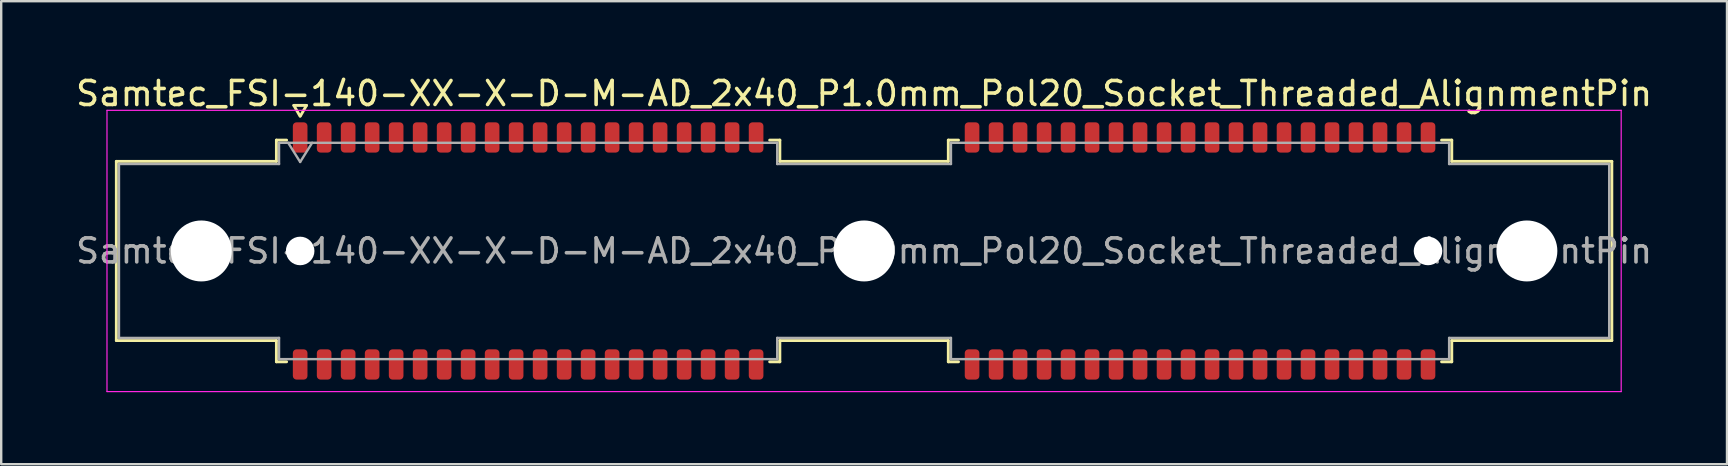
<source format=kicad_pcb>
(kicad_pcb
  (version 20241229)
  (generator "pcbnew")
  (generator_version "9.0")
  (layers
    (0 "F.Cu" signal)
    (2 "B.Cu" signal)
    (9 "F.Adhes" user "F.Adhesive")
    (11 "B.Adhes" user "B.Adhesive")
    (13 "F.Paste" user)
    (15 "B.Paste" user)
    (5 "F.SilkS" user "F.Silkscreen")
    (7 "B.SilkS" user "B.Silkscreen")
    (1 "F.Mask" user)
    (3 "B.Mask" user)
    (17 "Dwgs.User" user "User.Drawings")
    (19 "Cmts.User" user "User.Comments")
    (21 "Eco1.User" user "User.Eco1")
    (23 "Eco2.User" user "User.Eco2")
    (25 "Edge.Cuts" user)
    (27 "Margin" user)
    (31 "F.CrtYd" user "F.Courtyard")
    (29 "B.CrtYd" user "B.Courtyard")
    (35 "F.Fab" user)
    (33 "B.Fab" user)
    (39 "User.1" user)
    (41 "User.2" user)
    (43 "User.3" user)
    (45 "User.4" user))
  (footprint "Samtec_FSI-140-XX-X-D-M-AD_2x40_P1.0mm_Pol20_Socket_Threaded_AlignmentPin"
    (layer "F.Cu")
    (at 32.958 7.408)
    (property "Reference" "Samtec_FSI-140-XX-X-D-M-AD_2x40_P1.0mm_Pol20_Socket_Threaded_AlignmentPin" (at 0 -6.56 0) (layer "F.SilkS") (effects (font (size 1 1) (thickness 0.15))))
    (attr smd)
    (fp_line (start -31.16 -3.733) (end -24.49 -3.733) (stroke (width 0.12) (type solid)) (layer "F.SilkS"))
    (fp_line (start -31.16 3.733) (end -31.16 -3.733) (stroke (width 0.12) (type solid)) (layer "F.SilkS"))
    (fp_line (start -24.49 -4.619) (end -24.065 -4.619) (stroke (width 0.12) (type solid)) (layer "F.SilkS"))
    (fp_line (start -24.49 -3.733) (end -24.49 -4.619) (stroke (width 0.12) (type solid)) (layer "F.SilkS"))
    (fp_line (start -24.49 3.733) (end -31.16 3.733) (stroke (width 0.12) (type solid)) (layer "F.SilkS"))
    (fp_line (start -24.49 4.619) (end -24.49 3.733) (stroke (width 0.12) (type solid)) (layer "F.SilkS"))
    (fp_line (start -24.065 4.619) (end -24.49 4.619) (stroke (width 0.12) (type solid)) (layer "F.SilkS"))
    (fp_line (start -23.764 -6.066) (end -23.507 -5.62) (stroke (width 0.12) (type solid)) (layer "F.SilkS"))
    (fp_line (start -23.493 -5.62) (end -23.236 -6.066) (stroke (width 0.12) (type solid)) (layer "F.SilkS"))
    (fp_line (start -23.236 -6.066) (end -23.764 -6.066) (stroke (width 0.12) (type solid)) (layer "F.SilkS"))
    (fp_line (start -3.935 -4.619) (end -3.51 -4.619) (stroke (width 0.12) (type solid)) (layer "F.SilkS"))
    (fp_line (start -3.51 -4.619) (end -3.51 -3.733) (stroke (width 0.12) (type solid)) (layer "F.SilkS"))
    (fp_line (start -3.51 -3.733) (end 3.51 -3.733) (stroke (width 0.12) (type solid)) (layer "F.SilkS"))
    (fp_line (start -3.51 3.733) (end -3.51 4.619) (stroke (width 0.12) (type solid)) (layer "F.SilkS"))
    (fp_line (start -3.51 4.619) (end -3.935 4.619) (stroke (width 0.12) (type solid)) (layer "F.SilkS"))
    (fp_line (start 3.51 -4.619) (end 3.935 -4.619) (stroke (width 0.12) (type solid)) (layer "F.SilkS"))
    (fp_line (start 3.51 -3.733) (end 3.51 -4.619) (stroke (width 0.12) (type solid)) (layer "F.SilkS"))
    (fp_line (start 3.51 3.733) (end -3.51 3.733) (stroke (width 0.12) (type solid)) (layer "F.SilkS"))
    (fp_line (start 3.51 4.619) (end 3.51 3.733) (stroke (width 0.12) (type solid)) (layer "F.SilkS"))
    (fp_line (start 3.935 4.619) (end 3.51 4.619) (stroke (width 0.12) (type solid)) (layer "F.SilkS"))
    (fp_line (start 24.065 -4.619) (end 24.49 -4.619) (stroke (width 0.12) (type solid)) (layer "F.SilkS"))
    (fp_line (start 24.49 -4.619) (end 24.49 -3.733) (stroke (width 0.12) (type solid)) (layer "F.SilkS"))
    (fp_line (start 24.49 -3.733) (end 31.16 -3.733) (stroke (width 0.12) (type solid)) (layer "F.SilkS"))
    (fp_line (start 24.49 3.733) (end 24.49 4.619) (stroke (width 0.12) (type solid)) (layer "F.SilkS"))
    (fp_line (start 24.49 4.619) (end 24.065 4.619) (stroke (width 0.12) (type solid)) (layer "F.SilkS"))
    (fp_line (start 31.16 -3.733) (end 31.16 3.733) (stroke (width 0.12) (type solid)) (layer "F.SilkS"))
    (fp_line (start 31.16 3.733) (end 24.49 3.733) (stroke (width 0.12) (type solid)) (layer "F.SilkS"))
    (fp_line (start -31.55 -5.86) (end -31.55 5.86) (stroke (width 0.05) (type solid)) (layer "F.CrtYd"))
    (fp_line (start -31.55 5.86) (end 31.55 5.86) (stroke (width 0.05) (type solid)) (layer "F.CrtYd"))
    (fp_line (start 31.55 -5.86) (end -31.55 -5.86) (stroke (width 0.05) (type solid)) (layer "F.CrtYd"))
    (fp_line (start 31.55 5.86) (end 31.55 -5.86) (stroke (width 0.05) (type solid)) (layer "F.CrtYd"))
    (fp_line (start -31.05 -3.623) (end -24.38 -3.623) (stroke (width 0.1) (type solid)) (layer "F.Fab"))
    (fp_line (start -31.05 3.623) (end -31.05 -3.623) (stroke (width 0.1) (type solid)) (layer "F.Fab"))
    (fp_line (start -24.38 -4.508) (end -3.62 -4.508) (stroke (width 0.1) (type solid)) (layer "F.Fab"))
    (fp_line (start -24.38 -3.623) (end -24.38 -4.508) (stroke (width 0.1) (type solid)) (layer "F.Fab"))
    (fp_line (start -24.38 3.623) (end -31.05 3.623) (stroke (width 0.1) (type solid)) (layer "F.Fab"))
    (fp_line (start -24.38 4.508) (end -24.38 3.623) (stroke (width 0.1) (type solid)) (layer "F.Fab"))
    (fp_line (start -24 -4.508) (end -23.5 -3.708) (stroke (width 0.1) (type solid)) (layer "F.Fab"))
    (fp_line (start -23.5 -3.708) (end -23 -4.508) (stroke (width 0.1) (type solid)) (layer "F.Fab"))
    (fp_line (start -3.62 -4.508) (end -3.62 -3.623) (stroke (width 0.1) (type solid)) (layer "F.Fab"))
    (fp_line (start -3.62 -3.623) (end 3.62 -3.623) (stroke (width 0.1) (type solid)) (layer "F.Fab"))
    (fp_line (start -3.62 3.623) (end -3.62 4.508) (stroke (width 0.1) (type solid)) (layer "F.Fab"))
    (fp_line (start -3.62 4.508) (end -24.38 4.508) (stroke (width 0.1) (type solid)) (layer "F.Fab"))
    (fp_line (start 3.62 -4.508) (end 24.38 -4.508) (stroke (width 0.1) (type solid)) (layer "F.Fab"))
    (fp_line (start 3.62 -3.623) (end 3.62 -4.508) (stroke (width 0.1) (type solid)) (layer "F.Fab"))
    (fp_line (start 3.62 3.623) (end -3.62 3.623) (stroke (width 0.1) (type solid)) (layer "F.Fab"))
    (fp_line (start 3.62 4.508) (end 3.62 3.623) (stroke (width 0.1) (type solid)) (layer "F.Fab"))
    (fp_line (start 24.38 -4.508) (end 24.38 -3.623) (stroke (width 0.1) (type solid)) (layer "F.Fab"))
    (fp_line (start 24.38 -3.623) (end 31.05 -3.623) (stroke (width 0.1) (type solid)) (layer "F.Fab"))
    (fp_line (start 24.38 3.623) (end 24.38 4.508) (stroke (width 0.1) (type solid)) (layer "F.Fab"))
    (fp_line (start 24.38 4.508) (end 3.62 4.508) (stroke (width 0.1) (type solid)) (layer "F.Fab"))
    (fp_line (start 31.05 -3.623) (end 31.05 3.623) (stroke (width 0.1) (type solid)) (layer "F.Fab"))
    (fp_line (start 31.05 3.623) (end 24.38 3.623) (stroke (width 0.1) (type solid)) (layer "F.Fab"))
    (fp_text user "${REFERENCE}" (at 0 0 0) (layer "F.Fab") (effects (font (size 1 1) (thickness 0.15))))
    (pad "" np_thru_hole circle (at -27.62 0) (size 2.54 2.54) (drill 2.54) (layers "*.Cu" "*.Mask"))
    (pad "" np_thru_hole circle (at -23.5 0) (size 1.19 1.19) (drill 1.19) (layers "*.Cu" "*.Mask"))
    (pad "" np_thru_hole circle (at 0 0) (size 2.54 2.54) (drill 2.54) (layers "*.Cu" "*.Mask"))
    (pad "" np_thru_hole circle (at 23.5 0) (size 1.19 1.19) (drill 1.19) (layers "*.Cu" "*.Mask"))
    (pad "" np_thru_hole circle (at 27.62 0) (size 2.54 2.54) (drill 2.54) (layers "*.Cu" "*.Mask"))
    (pad "1" smd roundrect (at -23.5 -4.73) (size 0.61 1.26) (layers "F.Cu" "F.Mask" "F.Paste") (roundrect_rratio 0.25))
    (pad "2" smd roundrect (at -23.5 4.73) (size 0.61 1.26) (layers "F.Cu" "F.Mask" "F.Paste") (roundrect_rratio 0.25))
    (pad "3" smd roundrect (at -22.5 -4.73) (size 0.61 1.26) (layers "F.Cu" "F.Mask" "F.Paste") (roundrect_rratio 0.25))
    (pad "4" smd roundrect (at -22.5 4.73) (size 0.61 1.26) (layers "F.Cu" "F.Mask" "F.Paste") (roundrect_rratio 0.25))
    (pad "5" smd roundrect (at -21.5 -4.73) (size 0.61 1.26) (layers "F.Cu" "F.Mask" "F.Paste") (roundrect_rratio 0.25))
    (pad "6" smd roundrect (at -21.5 4.73) (size 0.61 1.26) (layers "F.Cu" "F.Mask" "F.Paste") (roundrect_rratio 0.25))
    (pad "7" smd roundrect (at -20.5 -4.73) (size 0.61 1.26) (layers "F.Cu" "F.Mask" "F.Paste") (roundrect_rratio 0.25))
    (pad "8" smd roundrect (at -20.5 4.73) (size 0.61 1.26) (layers "F.Cu" "F.Mask" "F.Paste") (roundrect_rratio 0.25))
    (pad "9" smd roundrect (at -19.5 -4.73) (size 0.61 1.26) (layers "F.Cu" "F.Mask" "F.Paste") (roundrect_rratio 0.25))
    (pad "10" smd roundrect (at -19.5 4.73) (size 0.61 1.26) (layers "F.Cu" "F.Mask" "F.Paste") (roundrect_rratio 0.25))
    (pad "11" smd roundrect (at -18.5 -4.73) (size 0.61 1.26) (layers "F.Cu" "F.Mask" "F.Paste") (roundrect_rratio 0.25))
    (pad "12" smd roundrect (at -18.5 4.73) (size 0.61 1.26) (layers "F.Cu" "F.Mask" "F.Paste") (roundrect_rratio 0.25))
    (pad "13" smd roundrect (at -17.5 -4.73) (size 0.61 1.26) (layers "F.Cu" "F.Mask" "F.Paste") (roundrect_rratio 0.25))
    (pad "14" smd roundrect (at -17.5 4.73) (size 0.61 1.26) (layers "F.Cu" "F.Mask" "F.Paste") (roundrect_rratio 0.25))
    (pad "15" smd roundrect (at -16.5 -4.73) (size 0.61 1.26) (layers "F.Cu" "F.Mask" "F.Paste") (roundrect_rratio 0.25))
    (pad "16" smd roundrect (at -16.5 4.73) (size 0.61 1.26) (layers "F.Cu" "F.Mask" "F.Paste") (roundrect_rratio 0.25))
    (pad "17" smd roundrect (at -15.5 -4.73) (size 0.61 1.26) (layers "F.Cu" "F.Mask" "F.Paste") (roundrect_rratio 0.25))
    (pad "18" smd roundrect (at -15.5 4.73) (size 0.61 1.26) (layers "F.Cu" "F.Mask" "F.Paste") (roundrect_rratio 0.25))
    (pad "19" smd roundrect (at -14.5 -4.73) (size 0.61 1.26) (layers "F.Cu" "F.Mask" "F.Paste") (roundrect_rratio 0.25))
    (pad "20" smd roundrect (at -14.5 4.73) (size 0.61 1.26) (layers "F.Cu" "F.Mask" "F.Paste") (roundrect_rratio 0.25))
    (pad "21" smd roundrect (at -13.5 -4.73) (size 0.61 1.26) (layers "F.Cu" "F.Mask" "F.Paste") (roundrect_rratio 0.25))
    (pad "22" smd roundrect (at -13.5 4.73) (size 0.61 1.26) (layers "F.Cu" "F.Mask" "F.Paste") (roundrect_rratio 0.25))
    (pad "23" smd roundrect (at -12.5 -4.73) (size 0.61 1.26) (layers "F.Cu" "F.Mask" "F.Paste") (roundrect_rratio 0.25))
    (pad "24" smd roundrect (at -12.5 4.73) (size 0.61 1.26) (layers "F.Cu" "F.Mask" "F.Paste") (roundrect_rratio 0.25))
    (pad "25" smd roundrect (at -11.5 -4.73) (size 0.61 1.26) (layers "F.Cu" "F.Mask" "F.Paste") (roundrect_rratio 0.25))
    (pad "26" smd roundrect (at -11.5 4.73) (size 0.61 1.26) (layers "F.Cu" "F.Mask" "F.Paste") (roundrect_rratio 0.25))
    (pad "27" smd roundrect (at -10.5 -4.73) (size 0.61 1.26) (layers "F.Cu" "F.Mask" "F.Paste") (roundrect_rratio 0.25))
    (pad "28" smd roundrect (at -10.5 4.73) (size 0.61 1.26) (layers "F.Cu" "F.Mask" "F.Paste") (roundrect_rratio 0.25))
    (pad "29" smd roundrect (at -9.5 -4.73) (size 0.61 1.26) (layers "F.Cu" "F.Mask" "F.Paste") (roundrect_rratio 0.25))
    (pad "30" smd roundrect (at -9.5 4.73) (size 0.61 1.26) (layers "F.Cu" "F.Mask" "F.Paste") (roundrect_rratio 0.25))
    (pad "31" smd roundrect (at -8.5 -4.73) (size 0.61 1.26) (layers "F.Cu" "F.Mask" "F.Paste") (roundrect_rratio 0.25))
    (pad "32" smd roundrect (at -8.5 4.73) (size 0.61 1.26) (layers "F.Cu" "F.Mask" "F.Paste") (roundrect_rratio 0.25))
    (pad "33" smd roundrect (at -7.5 -4.73) (size 0.61 1.26) (layers "F.Cu" "F.Mask" "F.Paste") (roundrect_rratio 0.25))
    (pad "34" smd roundrect (at -7.5 4.73) (size 0.61 1.26) (layers "F.Cu" "F.Mask" "F.Paste") (roundrect_rratio 0.25))
    (pad "35" smd roundrect (at -6.5 -4.73) (size 0.61 1.26) (layers "F.Cu" "F.Mask" "F.Paste") (roundrect_rratio 0.25))
    (pad "36" smd roundrect (at -6.5 4.73) (size 0.61 1.26) (layers "F.Cu" "F.Mask" "F.Paste") (roundrect_rratio 0.25))
    (pad "37" smd roundrect (at -5.5 -4.73) (size 0.61 1.26) (layers "F.Cu" "F.Mask" "F.Paste") (roundrect_rratio 0.25))
    (pad "38" smd roundrect (at -5.5 4.73) (size 0.61 1.26) (layers "F.Cu" "F.Mask" "F.Paste") (roundrect_rratio 0.25))
    (pad "39" smd roundrect (at -4.5 -4.73) (size 0.61 1.26) (layers "F.Cu" "F.Mask" "F.Paste") (roundrect_rratio 0.25))
    (pad "40" smd roundrect (at -4.5 4.73) (size 0.61 1.26) (layers "F.Cu" "F.Mask" "F.Paste") (roundrect_rratio 0.25))
    (pad "41" smd roundrect (at 4.5 -4.73) (size 0.61 1.26) (layers "F.Cu" "F.Mask" "F.Paste") (roundrect_rratio 0.25))
    (pad "42" smd roundrect (at 4.5 4.73) (size 0.61 1.26) (layers "F.Cu" "F.Mask" "F.Paste") (roundrect_rratio 0.25))
    (pad "43" smd roundrect (at 5.5 -4.73) (size 0.61 1.26) (layers "F.Cu" "F.Mask" "F.Paste") (roundrect_rratio 0.25))
    (pad "44" smd roundrect (at 5.5 4.73) (size 0.61 1.26) (layers "F.Cu" "F.Mask" "F.Paste") (roundrect_rratio 0.25))
    (pad "45" smd roundrect (at 6.5 -4.73) (size 0.61 1.26) (layers "F.Cu" "F.Mask" "F.Paste") (roundrect_rratio 0.25))
    (pad "46" smd roundrect (at 6.5 4.73) (size 0.61 1.26) (layers "F.Cu" "F.Mask" "F.Paste") (roundrect_rratio 0.25))
    (pad "47" smd roundrect (at 7.5 -4.73) (size 0.61 1.26) (layers "F.Cu" "F.Mask" "F.Paste") (roundrect_rratio 0.25))
    (pad "48" smd roundrect (at 7.5 4.73) (size 0.61 1.26) (layers "F.Cu" "F.Mask" "F.Paste") (roundrect_rratio 0.25))
    (pad "49" smd roundrect (at 8.5 -4.73) (size 0.61 1.26) (layers "F.Cu" "F.Mask" "F.Paste") (roundrect_rratio 0.25))
    (pad "50" smd roundrect (at 8.5 4.73) (size 0.61 1.26) (layers "F.Cu" "F.Mask" "F.Paste") (roundrect_rratio 0.25))
    (pad "51" smd roundrect (at 9.5 -4.73) (size 0.61 1.26) (layers "F.Cu" "F.Mask" "F.Paste") (roundrect_rratio 0.25))
    (pad "52" smd roundrect (at 9.5 4.73) (size 0.61 1.26) (layers "F.Cu" "F.Mask" "F.Paste") (roundrect_rratio 0.25))
    (pad "53" smd roundrect (at 10.5 -4.73) (size 0.61 1.26) (layers "F.Cu" "F.Mask" "F.Paste") (roundrect_rratio 0.25))
    (pad "54" smd roundrect (at 10.5 4.73) (size 0.61 1.26) (layers "F.Cu" "F.Mask" "F.Paste") (roundrect_rratio 0.25))
    (pad "55" smd roundrect (at 11.5 -4.73) (size 0.61 1.26) (layers "F.Cu" "F.Mask" "F.Paste") (roundrect_rratio 0.25))
    (pad "56" smd roundrect (at 11.5 4.73) (size 0.61 1.26) (layers "F.Cu" "F.Mask" "F.Paste") (roundrect_rratio 0.25))
    (pad "57" smd roundrect (at 12.5 -4.73) (size 0.61 1.26) (layers "F.Cu" "F.Mask" "F.Paste") (roundrect_rratio 0.25))
    (pad "58" smd roundrect (at 12.5 4.73) (size 0.61 1.26) (layers "F.Cu" "F.Mask" "F.Paste") (roundrect_rratio 0.25))
    (pad "59" smd roundrect (at 13.5 -4.73) (size 0.61 1.26) (layers "F.Cu" "F.Mask" "F.Paste") (roundrect_rratio 0.25))
    (pad "60" smd roundrect (at 13.5 4.73) (size 0.61 1.26) (layers "F.Cu" "F.Mask" "F.Paste") (roundrect_rratio 0.25))
    (pad "61" smd roundrect (at 14.5 -4.73) (size 0.61 1.26) (layers "F.Cu" "F.Mask" "F.Paste") (roundrect_rratio 0.25))
    (pad "62" smd roundrect (at 14.5 4.73) (size 0.61 1.26) (layers "F.Cu" "F.Mask" "F.Paste") (roundrect_rratio 0.25))
    (pad "63" smd roundrect (at 15.5 -4.73) (size 0.61 1.26) (layers "F.Cu" "F.Mask" "F.Paste") (roundrect_rratio 0.25))
    (pad "64" smd roundrect (at 15.5 4.73) (size 0.61 1.26) (layers "F.Cu" "F.Mask" "F.Paste") (roundrect_rratio 0.25))
    (pad "65" smd roundrect (at 16.5 -4.73) (size 0.61 1.26) (layers "F.Cu" "F.Mask" "F.Paste") (roundrect_rratio 0.25))
    (pad "66" smd roundrect (at 16.5 4.73) (size 0.61 1.26) (layers "F.Cu" "F.Mask" "F.Paste") (roundrect_rratio 0.25))
    (pad "67" smd roundrect (at 17.5 -4.73) (size 0.61 1.26) (layers "F.Cu" "F.Mask" "F.Paste") (roundrect_rratio 0.25))
    (pad "68" smd roundrect (at 17.5 4.73) (size 0.61 1.26) (layers "F.Cu" "F.Mask" "F.Paste") (roundrect_rratio 0.25))
    (pad "69" smd roundrect (at 18.5 -4.73) (size 0.61 1.26) (layers "F.Cu" "F.Mask" "F.Paste") (roundrect_rratio 0.25))
    (pad "70" smd roundrect (at 18.5 4.73) (size 0.61 1.26) (layers "F.Cu" "F.Mask" "F.Paste") (roundrect_rratio 0.25))
    (pad "71" smd roundrect (at 19.5 -4.73) (size 0.61 1.26) (layers "F.Cu" "F.Mask" "F.Paste") (roundrect_rratio 0.25))
    (pad "72" smd roundrect (at 19.5 4.73) (size 0.61 1.26) (layers "F.Cu" "F.Mask" "F.Paste") (roundrect_rratio 0.25))
    (pad "73" smd roundrect (at 20.5 -4.73) (size 0.61 1.26) (layers "F.Cu" "F.Mask" "F.Paste") (roundrect_rratio 0.25))
    (pad "74" smd roundrect (at 20.5 4.73) (size 0.61 1.26) (layers "F.Cu" "F.Mask" "F.Paste") (roundrect_rratio 0.25))
    (pad "75" smd roundrect (at 21.5 -4.73) (size 0.61 1.26) (layers "F.Cu" "F.Mask" "F.Paste") (roundrect_rratio 0.25))
    (pad "76" smd roundrect (at 21.5 4.73) (size 0.61 1.26) (layers "F.Cu" "F.Mask" "F.Paste") (roundrect_rratio 0.25))
    (pad "77" smd roundrect (at 22.5 -4.73) (size 0.61 1.26) (layers "F.Cu" "F.Mask" "F.Paste") (roundrect_rratio 0.25))
    (pad "78" smd roundrect (at 22.5 4.73) (size 0.61 1.26) (layers "F.Cu" "F.Mask" "F.Paste") (roundrect_rratio 0.25))
    (pad "79" smd roundrect (at 23.5 -4.73) (size 0.61 1.26) (layers "F.Cu" "F.Mask" "F.Paste") (roundrect_rratio 0.25))
    (pad "80" smd roundrect (at 23.5 4.73) (size 0.61 1.26) (layers "F.Cu" "F.Mask" "F.Paste") (roundrect_rratio 0.25)))
  (gr_rect
    (start -3 -3)
    (end 68.917 16.293)
    (stroke (width 0.1) (type default))
    (fill no)
    (layer "Edge.Cuts")))
</source>
